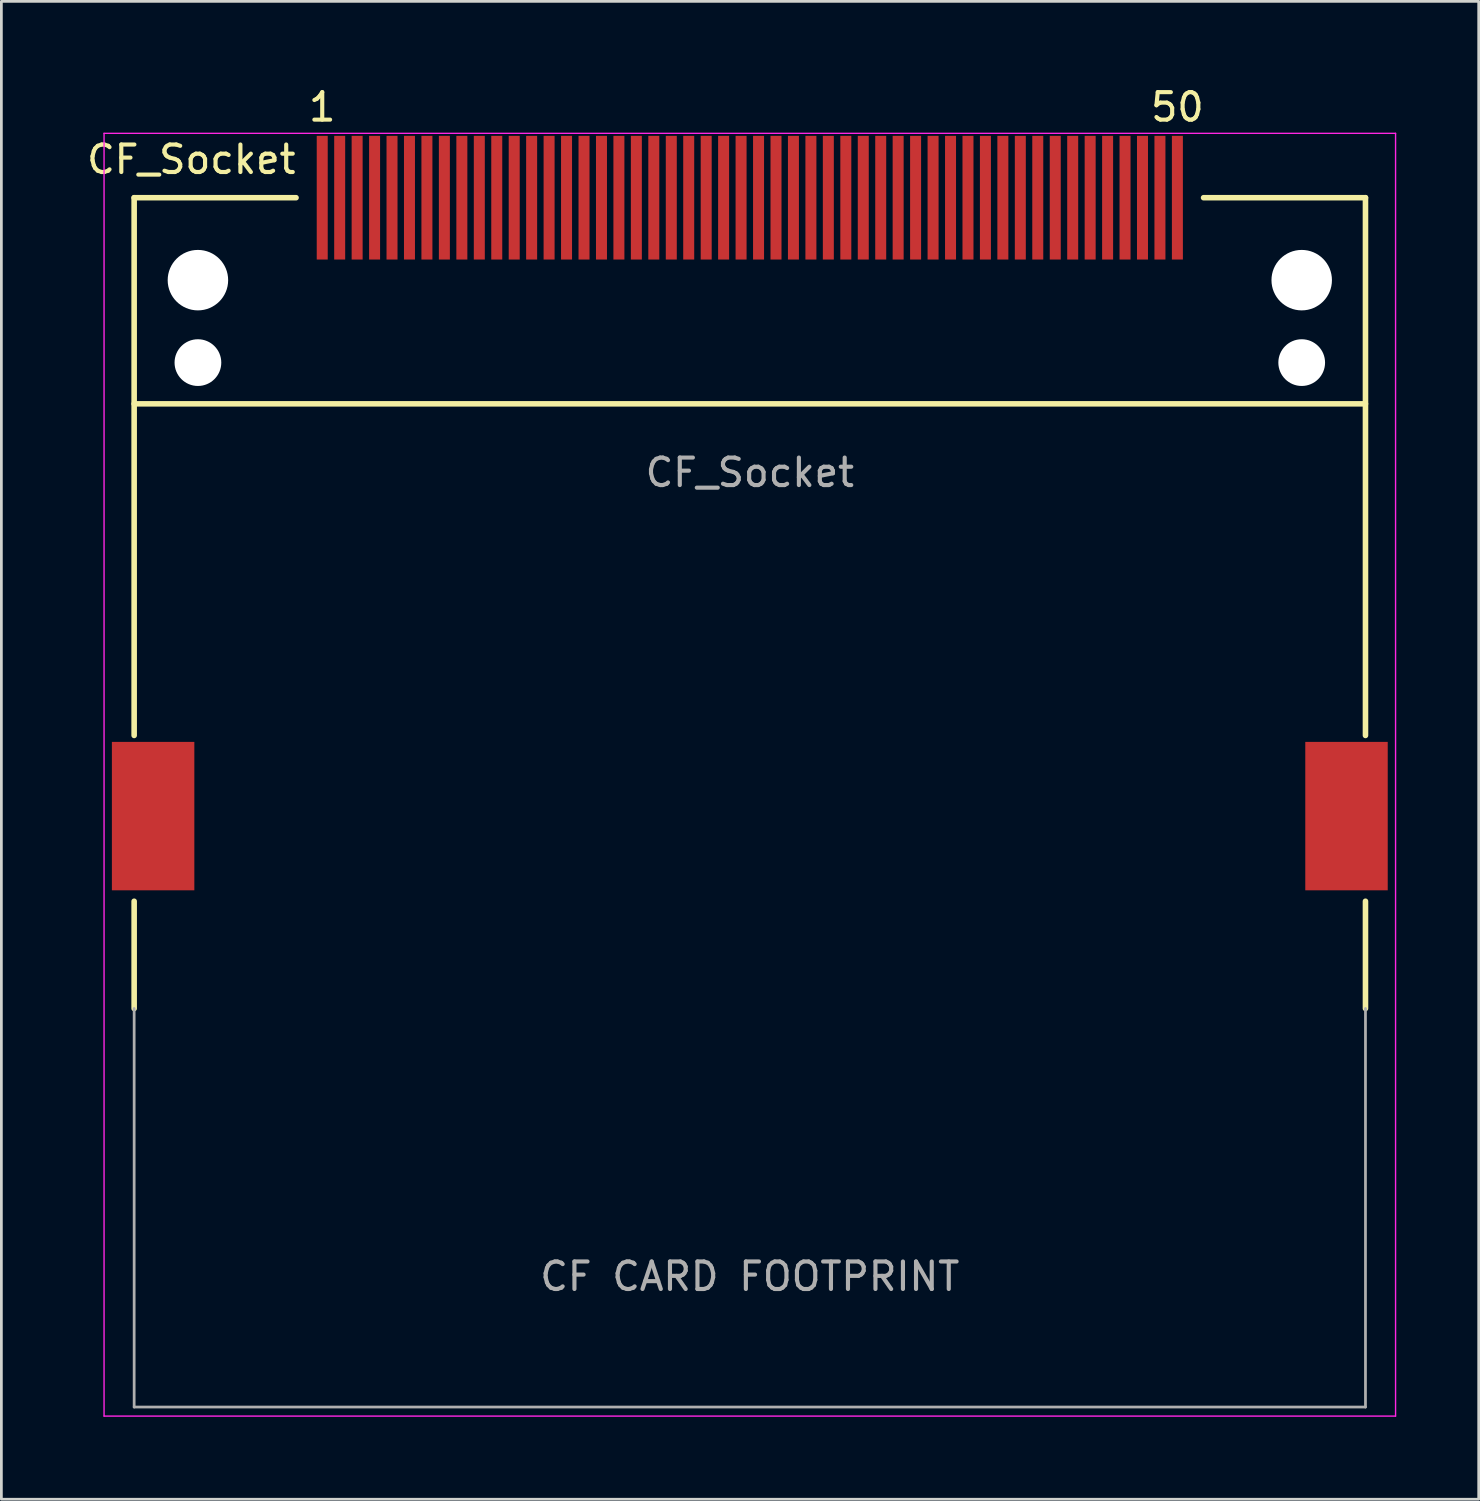
<source format=kicad_pcb>
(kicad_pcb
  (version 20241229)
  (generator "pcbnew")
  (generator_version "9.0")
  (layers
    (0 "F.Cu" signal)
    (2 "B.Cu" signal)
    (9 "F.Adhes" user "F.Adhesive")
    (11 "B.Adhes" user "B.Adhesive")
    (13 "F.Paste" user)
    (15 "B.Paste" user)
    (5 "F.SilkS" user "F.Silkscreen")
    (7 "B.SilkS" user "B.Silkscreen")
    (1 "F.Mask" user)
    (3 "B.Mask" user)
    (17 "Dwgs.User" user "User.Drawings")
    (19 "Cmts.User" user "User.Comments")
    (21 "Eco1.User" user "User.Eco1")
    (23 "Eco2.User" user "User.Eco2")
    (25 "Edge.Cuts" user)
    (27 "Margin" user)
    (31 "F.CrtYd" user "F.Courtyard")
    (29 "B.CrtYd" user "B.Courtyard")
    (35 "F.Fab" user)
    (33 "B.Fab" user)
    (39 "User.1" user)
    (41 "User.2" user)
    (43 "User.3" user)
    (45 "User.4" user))
  (footprint "CF_Socket"
    (layer "F.Cu")
    (at 24.231 11.643)
    (property "Reference" "CF_Socket" (at -20.32 -8.89 0) (unlocked yes) (layer "F.SilkS") (effects (font (size 1 1) (thickness 0.15))))
    (attr smd)
    (fp_line (start -22.4 -7.5) (end -22.4 12.065) (stroke (width 0.203) (type solid)) (layer "F.SilkS"))
    (fp_line (start -22.4 -7.5) (end -16.51 -7.5) (stroke (width 0.203) (type solid)) (layer "F.SilkS"))
    (fp_line (start -22.4 0) (end 22.4 0) (stroke (width 0.203) (type solid)) (layer "F.SilkS"))
    (fp_line (start -22.4 18.098) (end -22.4 22) (stroke (width 0.203) (type solid)) (layer "F.SilkS"))
    (fp_line (start 22.4 -7.5) (end 16.51 -7.5) (stroke (width 0.203) (type solid)) (layer "F.SilkS"))
    (fp_line (start 22.4 -7.5) (end 22.4 12.065) (stroke (width 0.203) (type solid)) (layer "F.SilkS"))
    (fp_line (start 22.4 18.098) (end 22.4 22) (stroke (width 0.203) (type solid)) (layer "F.SilkS"))
    (fp_line (start -23.495 -9.842) (end 23.495 -9.842) (stroke (width 0.05) (type solid)) (layer "F.CrtYd"))
    (fp_line (start -23.495 36.83) (end -23.495 -9.842) (stroke (width 0.05) (type solid)) (layer "F.CrtYd"))
    (fp_line (start 23.495 -9.842) (end 23.495 36.83) (stroke (width 0.05) (type solid)) (layer "F.CrtYd"))
    (fp_line (start 23.495 36.83) (end -23.495 36.83) (stroke (width 0.05) (type solid)) (layer "F.CrtYd"))
    (fp_line (start -22.4 22) (end -22.4 36.5) (stroke (width 0.1) (type solid)) (layer "F.Fab"))
    (fp_line (start -22.4 36.5) (end 22.4 36.5) (stroke (width 0.1) (type solid)) (layer "F.Fab"))
    (fp_line (start 22.4 36.5) (end 22.4 22) (stroke (width 0.1) (type solid)) (layer "F.Fab"))
    (fp_text user "1" (at -15.557 -10.795 0) (unlocked yes) (layer "F.SilkS") (effects (font (size 1 1) (thickness 0.15))))
    (fp_text user "50" (at 15.557 -10.795 0) (unlocked yes) (layer "F.SilkS") (effects (font (size 1 1) (thickness 0.15))))
    (fp_text user "${REFERENCE}" (at 0 2.5 0) (unlocked yes) (layer "F.Fab") (effects (font (size 1 1) (thickness 0.15))))
    (fp_text user "CF CARD FOOTPRINT" (at 0 31.75 0) (unlocked yes) (layer "F.Fab") (effects (font (size 1 1) (thickness 0.15))))
    (pad "" np_thru_hole circle (at -20.08 -4.5) (size 2.2 2.2) (drill 2.2) (layers "*.Cu" "*.Mask"))
    (pad "" np_thru_hole circle (at -20.08 -1.5) (size 1.7 1.7) (drill 1.7) (layers "*.Cu" "*.Mask"))
    (pad "" np_thru_hole circle (at 20.08 -4.5) (size 2.2 2.2) (drill 2.2) (layers "*.Cu" "*.Mask"))
    (pad "" np_thru_hole circle (at 20.08 -1.5) (size 1.7 1.7) (drill 1.7) (layers "*.Cu" "*.Mask"))
    (pad "0" smd rect (at -21.71 15) (size 3 5.4) (layers "F.Cu" "F.Mask" "F.Paste"))
    (pad "0" smd rect (at 21.71 15) (size 3 5.4) (layers "F.Cu" "F.Mask" "F.Paste"))
    (pad "1" smd rect (at -15.557 -7.5) (size 0.4 4.5) (layers "F.Cu" "F.Mask" "F.Paste"))
    (pad "2" smd rect (at -14.287 -7.5) (size 0.4 4.5) (layers "F.Cu" "F.Mask" "F.Paste"))
    (pad "3" smd rect (at -13.018 -7.5) (size 0.4 4.5) (layers "F.Cu" "F.Mask" "F.Paste"))
    (pad "4" smd rect (at -11.748 -7.5) (size 0.4 4.5) (layers "F.Cu" "F.Mask" "F.Paste"))
    (pad "5" smd rect (at -10.477 -7.5) (size 0.4 4.5) (layers "F.Cu" "F.Mask" "F.Paste"))
    (pad "6" smd rect (at -9.207 -7.5) (size 0.4 4.5) (layers "F.Cu" "F.Mask" "F.Paste"))
    (pad "7" smd rect (at -7.938 -7.5) (size 0.4 4.5) (layers "F.Cu" "F.Mask" "F.Paste"))
    (pad "8" smd rect (at -6.668 -7.5) (size 0.4 4.5) (layers "F.Cu" "F.Mask" "F.Paste"))
    (pad "9" smd rect (at -5.397 -7.5) (size 0.4 4.5) (layers "F.Cu" "F.Mask" "F.Paste"))
    (pad "10" smd rect (at -4.128 -7.5) (size 0.4 4.5) (layers "F.Cu" "F.Mask" "F.Paste"))
    (pad "11" smd rect (at -2.857 -7.5) (size 0.4 4.5) (layers "F.Cu" "F.Mask" "F.Paste"))
    (pad "12" smd rect (at -1.587 -7.5) (size 0.4 4.5) (layers "F.Cu" "F.Mask" "F.Paste"))
    (pad "13" smd rect (at -0.318 -7.5) (size 0.4 4.5) (layers "F.Cu" "F.Mask" "F.Paste"))
    (pad "14" smd rect (at 0.953 -7.5) (size 0.4 4.5) (layers "F.Cu" "F.Mask" "F.Paste"))
    (pad "15" smd rect (at 2.223 -7.5) (size 0.4 4.5) (layers "F.Cu" "F.Mask" "F.Paste"))
    (pad "16" smd rect (at 3.493 -7.5) (size 0.4 4.5) (layers "F.Cu" "F.Mask" "F.Paste"))
    (pad "17" smd rect (at 4.763 -7.5) (size 0.4 4.5) (layers "F.Cu" "F.Mask" "F.Paste"))
    (pad "18" smd rect (at 6.032 -7.5) (size 0.4 4.5) (layers "F.Cu" "F.Mask" "F.Paste"))
    (pad "19" smd rect (at 7.303 -7.5) (size 0.4 4.5) (layers "F.Cu" "F.Mask" "F.Paste"))
    (pad "20" smd rect (at 8.572 -7.5) (size 0.4 4.5) (layers "F.Cu" "F.Mask" "F.Paste"))
    (pad "21" smd rect (at 9.842 -7.5) (size 0.4 4.5) (layers "F.Cu" "F.Mask" "F.Paste"))
    (pad "22" smd rect (at 11.113 -7.5) (size 0.4 4.5) (layers "F.Cu" "F.Mask" "F.Paste"))
    (pad "23" smd rect (at 12.383 -7.5) (size 0.4 4.5) (layers "F.Cu" "F.Mask" "F.Paste"))
    (pad "24" smd rect (at 13.652 -7.5) (size 0.4 4.5) (layers "F.Cu" "F.Mask" "F.Paste"))
    (pad "25" smd rect (at 14.922 -7.5) (size 0.4 4.5) (layers "F.Cu" "F.Mask" "F.Paste"))
    (pad "26" smd rect (at -14.922 -7.5) (size 0.4 4.5) (layers "F.Cu" "F.Mask" "F.Paste"))
    (pad "27" smd rect (at -13.652 -7.5) (size 0.4 4.5) (layers "F.Cu" "F.Mask" "F.Paste"))
    (pad "28" smd rect (at -12.383 -7.5) (size 0.4 4.5) (layers "F.Cu" "F.Mask" "F.Paste"))
    (pad "29" smd rect (at -11.113 -7.5) (size 0.4 4.5) (layers "F.Cu" "F.Mask" "F.Paste"))
    (pad "30" smd rect (at -9.842 -7.5) (size 0.4 4.5) (layers "F.Cu" "F.Mask" "F.Paste"))
    (pad "31" smd rect (at -8.572 -7.5) (size 0.4 4.5) (layers "F.Cu" "F.Mask" "F.Paste"))
    (pad "32" smd rect (at -7.303 -7.5) (size 0.4 4.5) (layers "F.Cu" "F.Mask" "F.Paste"))
    (pad "33" smd rect (at -6.032 -7.5) (size 0.4 4.5) (layers "F.Cu" "F.Mask" "F.Paste"))
    (pad "34" smd rect (at -4.763 -7.5) (size 0.4 4.5) (layers "F.Cu" "F.Mask" "F.Paste"))
    (pad "35" smd rect (at -3.493 -7.5) (size 0.4 4.5) (layers "F.Cu" "F.Mask" "F.Paste"))
    (pad "36" smd rect (at -2.223 -7.5) (size 0.4 4.5) (layers "F.Cu" "F.Mask" "F.Paste"))
    (pad "37" smd rect (at -0.953 -7.5) (size 0.4 4.5) (layers "F.Cu" "F.Mask" "F.Paste"))
    (pad "38" smd rect (at 0.318 -7.5) (size 0.4 4.5) (layers "F.Cu" "F.Mask" "F.Paste"))
    (pad "39" smd rect (at 1.587 -7.5) (size 0.4 4.5) (layers "F.Cu" "F.Mask" "F.Paste"))
    (pad "40" smd rect (at 2.857 -7.5) (size 0.4 4.5) (layers "F.Cu" "F.Mask" "F.Paste"))
    (pad "41" smd rect (at 4.128 -7.5) (size 0.4 4.5) (layers "F.Cu" "F.Mask" "F.Paste"))
    (pad "42" smd rect (at 5.397 -7.5) (size 0.4 4.5) (layers "F.Cu" "F.Mask" "F.Paste"))
    (pad "43" smd rect (at 6.668 -7.5) (size 0.4 4.5) (layers "F.Cu" "F.Mask" "F.Paste"))
    (pad "44" smd rect (at 7.938 -7.5) (size 0.4 4.5) (layers "F.Cu" "F.Mask" "F.Paste"))
    (pad "45" smd rect (at 9.207 -7.5) (size 0.4 4.5) (layers "F.Cu" "F.Mask" "F.Paste"))
    (pad "46" smd rect (at 10.477 -7.5) (size 0.4 4.5) (layers "F.Cu" "F.Mask" "F.Paste"))
    (pad "47" smd rect (at 11.748 -7.5) (size 0.4 4.5) (layers "F.Cu" "F.Mask" "F.Paste"))
    (pad "48" smd rect (at 13.018 -7.5) (size 0.4 4.5) (layers "F.Cu" "F.Mask" "F.Paste"))
    (pad "49" smd rect (at 14.287 -7.5) (size 0.4 4.5) (layers "F.Cu" "F.Mask" "F.Paste"))
    (pad "50" smd rect (at 15.557 -7.5) (size 0.4 4.5) (layers "F.Cu" "F.Mask" "F.Paste")))
  (gr_rect
    (start -3 -3)
    (end 50.751 51.498)
    (stroke (width 0.1) (type default))
    (fill no)
    (layer "Edge.Cuts")))
</source>
